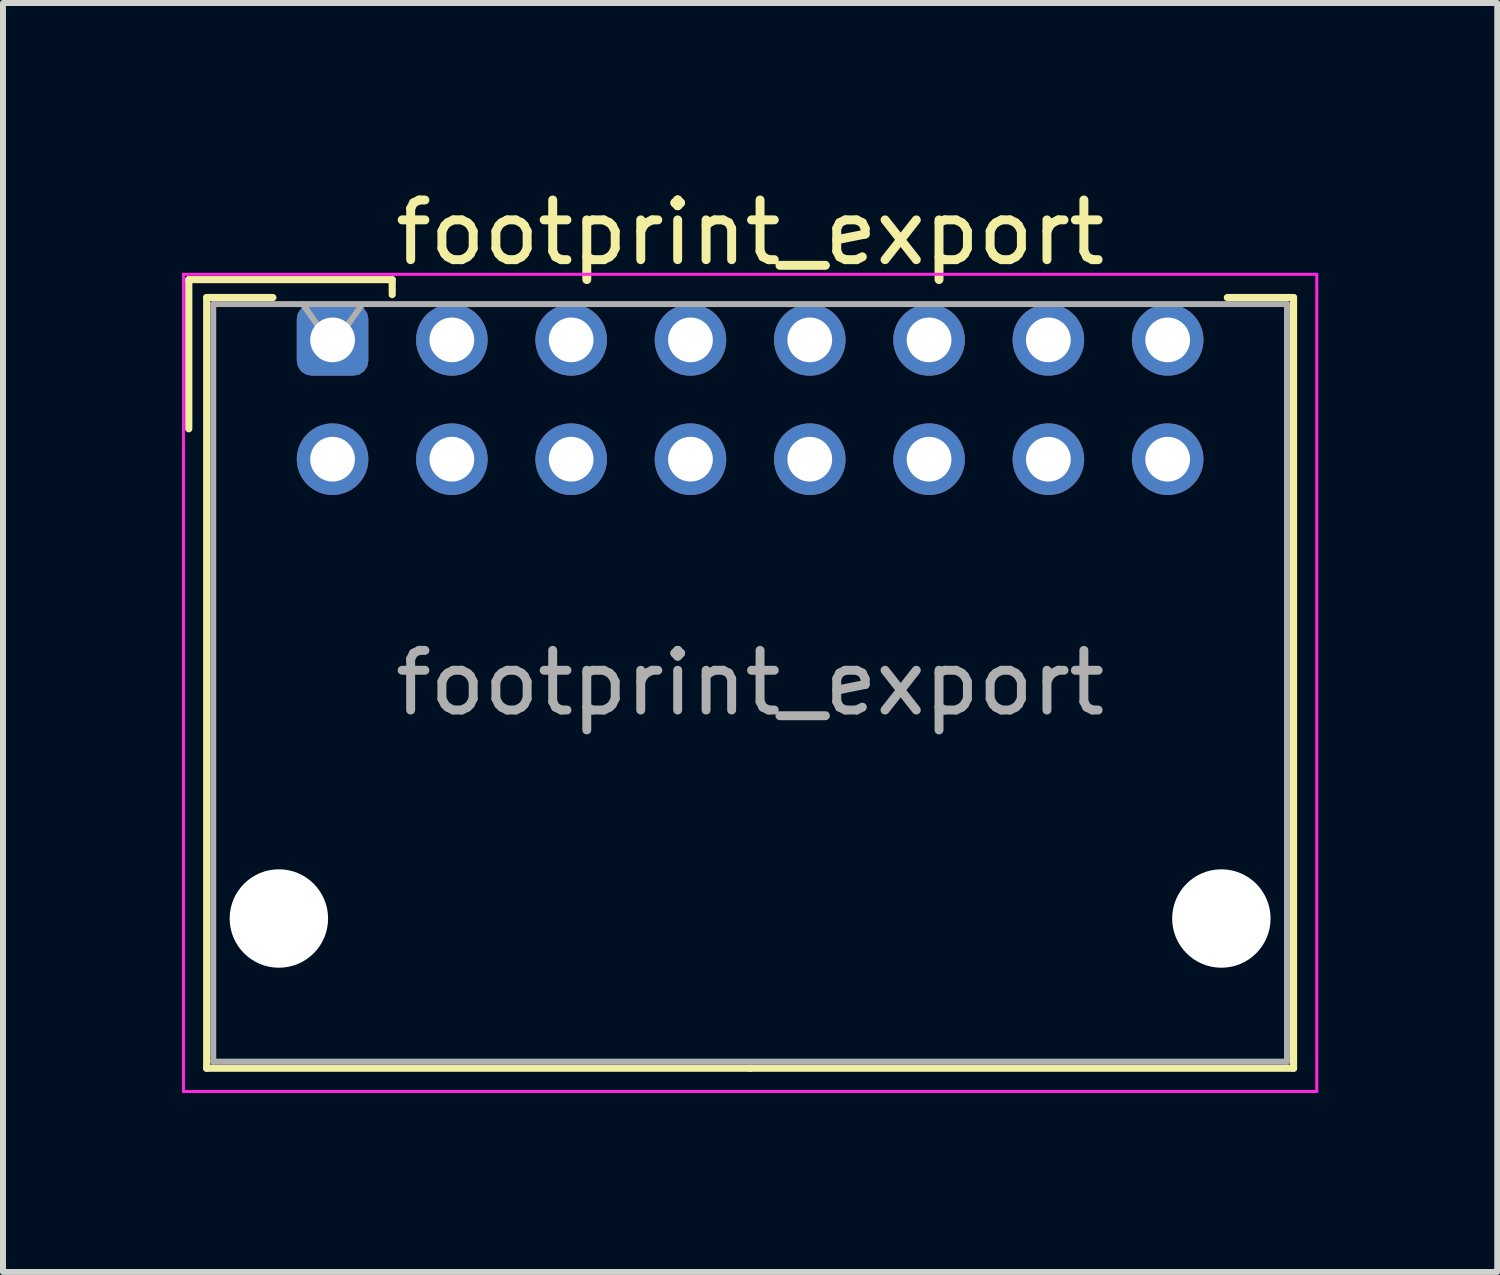
<source format=kicad_pcb>
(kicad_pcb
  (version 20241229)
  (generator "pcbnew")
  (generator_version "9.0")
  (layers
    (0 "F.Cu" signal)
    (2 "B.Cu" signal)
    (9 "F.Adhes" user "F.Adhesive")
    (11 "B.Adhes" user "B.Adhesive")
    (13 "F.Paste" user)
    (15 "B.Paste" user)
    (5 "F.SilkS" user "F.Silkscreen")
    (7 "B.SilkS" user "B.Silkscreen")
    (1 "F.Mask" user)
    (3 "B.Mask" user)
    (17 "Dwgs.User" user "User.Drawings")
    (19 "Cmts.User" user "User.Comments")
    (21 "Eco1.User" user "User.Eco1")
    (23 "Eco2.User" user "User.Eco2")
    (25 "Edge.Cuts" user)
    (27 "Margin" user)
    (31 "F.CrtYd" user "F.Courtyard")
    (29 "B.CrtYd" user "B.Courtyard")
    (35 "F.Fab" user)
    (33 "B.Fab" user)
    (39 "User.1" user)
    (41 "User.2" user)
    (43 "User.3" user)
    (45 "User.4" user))
  (footprint "footprint_export"
    (layer "F.Cu")
    (at 2.525 2.648)
    (property "Reference" "footprint_export" (at 7 -1.8 0) (layer "F.SilkS") (effects (font (size 1 1) (thickness 0.15))))
    (attr through_hole)
    (fp_line (start -2.41 -1.01) (end -2.41 1.49) (stroke (width 0.12) (type solid)) (layer "F.SilkS"))
    (fp_line (start -2.11 -0.71) (end -2.11 12.21) (stroke (width 0.12) (type solid)) (layer "F.SilkS"))
    (fp_line (start -2.11 12.21) (end 7 12.21) (stroke (width 0.12) (type solid)) (layer "F.SilkS"))
    (fp_line (start -1 -0.71) (end -2.11 -0.71) (stroke (width 0.12) (type solid)) (layer "F.SilkS"))
    (fp_line (start 1 -1.01) (end -2.41 -1.01) (stroke (width 0.12) (type solid)) (layer "F.SilkS"))
    (fp_line (start 1 -0.76) (end 1 -1.01) (stroke (width 0.12) (type solid)) (layer "F.SilkS"))
    (fp_line (start 15 -0.71) (end 16.11 -0.71) (stroke (width 0.12) (type solid)) (layer "F.SilkS"))
    (fp_line (start 16.11 -0.71) (end 16.11 12.21) (stroke (width 0.12) (type solid)) (layer "F.SilkS"))
    (fp_line (start 16.11 12.21) (end 7 12.21) (stroke (width 0.12) (type solid)) (layer "F.SilkS"))
    (fp_line (start -2.5 -1.1) (end -2.5 12.6) (stroke (width 0.05) (type solid)) (layer "F.CrtYd"))
    (fp_line (start -2.5 12.6) (end 16.5 12.6) (stroke (width 0.05) (type solid)) (layer "F.CrtYd"))
    (fp_line (start 16.5 -1.1) (end -2.5 -1.1) (stroke (width 0.05) (type solid)) (layer "F.CrtYd"))
    (fp_line (start 16.5 12.6) (end 16.5 -1.1) (stroke (width 0.05) (type solid)) (layer "F.CrtYd"))
    (fp_line (start -2 -0.6) (end -2 12.1) (stroke (width 0.1) (type solid)) (layer "F.Fab"))
    (fp_line (start -2 12.1) (end 16 12.1) (stroke (width 0.1) (type solid)) (layer "F.Fab"))
    (fp_line (start 0 0.107) (end -0.5 -0.6) (stroke (width 0.1) (type solid)) (layer "F.Fab"))
    (fp_line (start 0.5 -0.6) (end 0 0.107) (stroke (width 0.1) (type solid)) (layer "F.Fab"))
    (fp_line (start 16 -0.6) (end -2 -0.6) (stroke (width 0.1) (type solid)) (layer "F.Fab"))
    (fp_line (start 16 12.1) (end 16 -0.6) (stroke (width 0.1) (type solid)) (layer "F.Fab"))
    (fp_text user "${REFERENCE}" (at 7 5.75 0) (layer "F.Fab") (effects (font (size 1 1) (thickness 0.15))))
    (pad "" np_thru_hole circle (at -0.9 9.7) (size 1.65 1.65) (drill 1.65) (layers "*.Cu" "*.Mask"))
    (pad "" np_thru_hole circle (at 14.9 9.7) (size 1.65 1.65) (drill 1.65) (layers "*.Cu" "*.Mask"))
    (pad "1" thru_hole roundrect (at 0 0) (size 1.2 1.2) (drill 0.75) (layers "*.Cu" "*.Mask") (roundrect_rratio 0.208))
    (pad "2" thru_hole circle (at 0 2) (size 1.2 1.2) (drill 0.75) (layers "*.Cu" "*.Mask"))
    (pad "3" thru_hole circle (at 2 0) (size 1.2 1.2) (drill 0.75) (layers "*.Cu" "*.Mask"))
    (pad "4" thru_hole circle (at 2 2) (size 1.2 1.2) (drill 0.75) (layers "*.Cu" "*.Mask"))
    (pad "5" thru_hole circle (at 4 0) (size 1.2 1.2) (drill 0.75) (layers "*.Cu" "*.Mask"))
    (pad "6" thru_hole circle (at 4 2) (size 1.2 1.2) (drill 0.75) (layers "*.Cu" "*.Mask"))
    (pad "7" thru_hole circle (at 6 0) (size 1.2 1.2) (drill 0.75) (layers "*.Cu" "*.Mask"))
    (pad "8" thru_hole circle (at 6 2) (size 1.2 1.2) (drill 0.75) (layers "*.Cu" "*.Mask"))
    (pad "9" thru_hole circle (at 8 0) (size 1.2 1.2) (drill 0.75) (layers "*.Cu" "*.Mask"))
    (pad "10" thru_hole circle (at 8 2) (size 1.2 1.2) (drill 0.75) (layers "*.Cu" "*.Mask"))
    (pad "11" thru_hole circle (at 10 0) (size 1.2 1.2) (drill 0.75) (layers "*.Cu" "*.Mask"))
    (pad "12" thru_hole circle (at 10 2) (size 1.2 1.2) (drill 0.75) (layers "*.Cu" "*.Mask"))
    (pad "13" thru_hole circle (at 12 0) (size 1.2 1.2) (drill 0.75) (layers "*.Cu" "*.Mask"))
    (pad "14" thru_hole circle (at 12 2) (size 1.2 1.2) (drill 0.75) (layers "*.Cu" "*.Mask"))
    (pad "15" thru_hole circle (at 14 0) (size 1.2 1.2) (drill 0.75) (layers "*.Cu" "*.Mask"))
    (pad "16" thru_hole circle (at 14 2) (size 1.2 1.2) (drill 0.75) (layers "*.Cu" "*.Mask")))
  (gr_rect
    (start -3 -3)
    (end 22.05 18.273)
    (stroke (width 0.1) (type default))
    (fill no)
    (layer "Edge.Cuts")))
</source>
